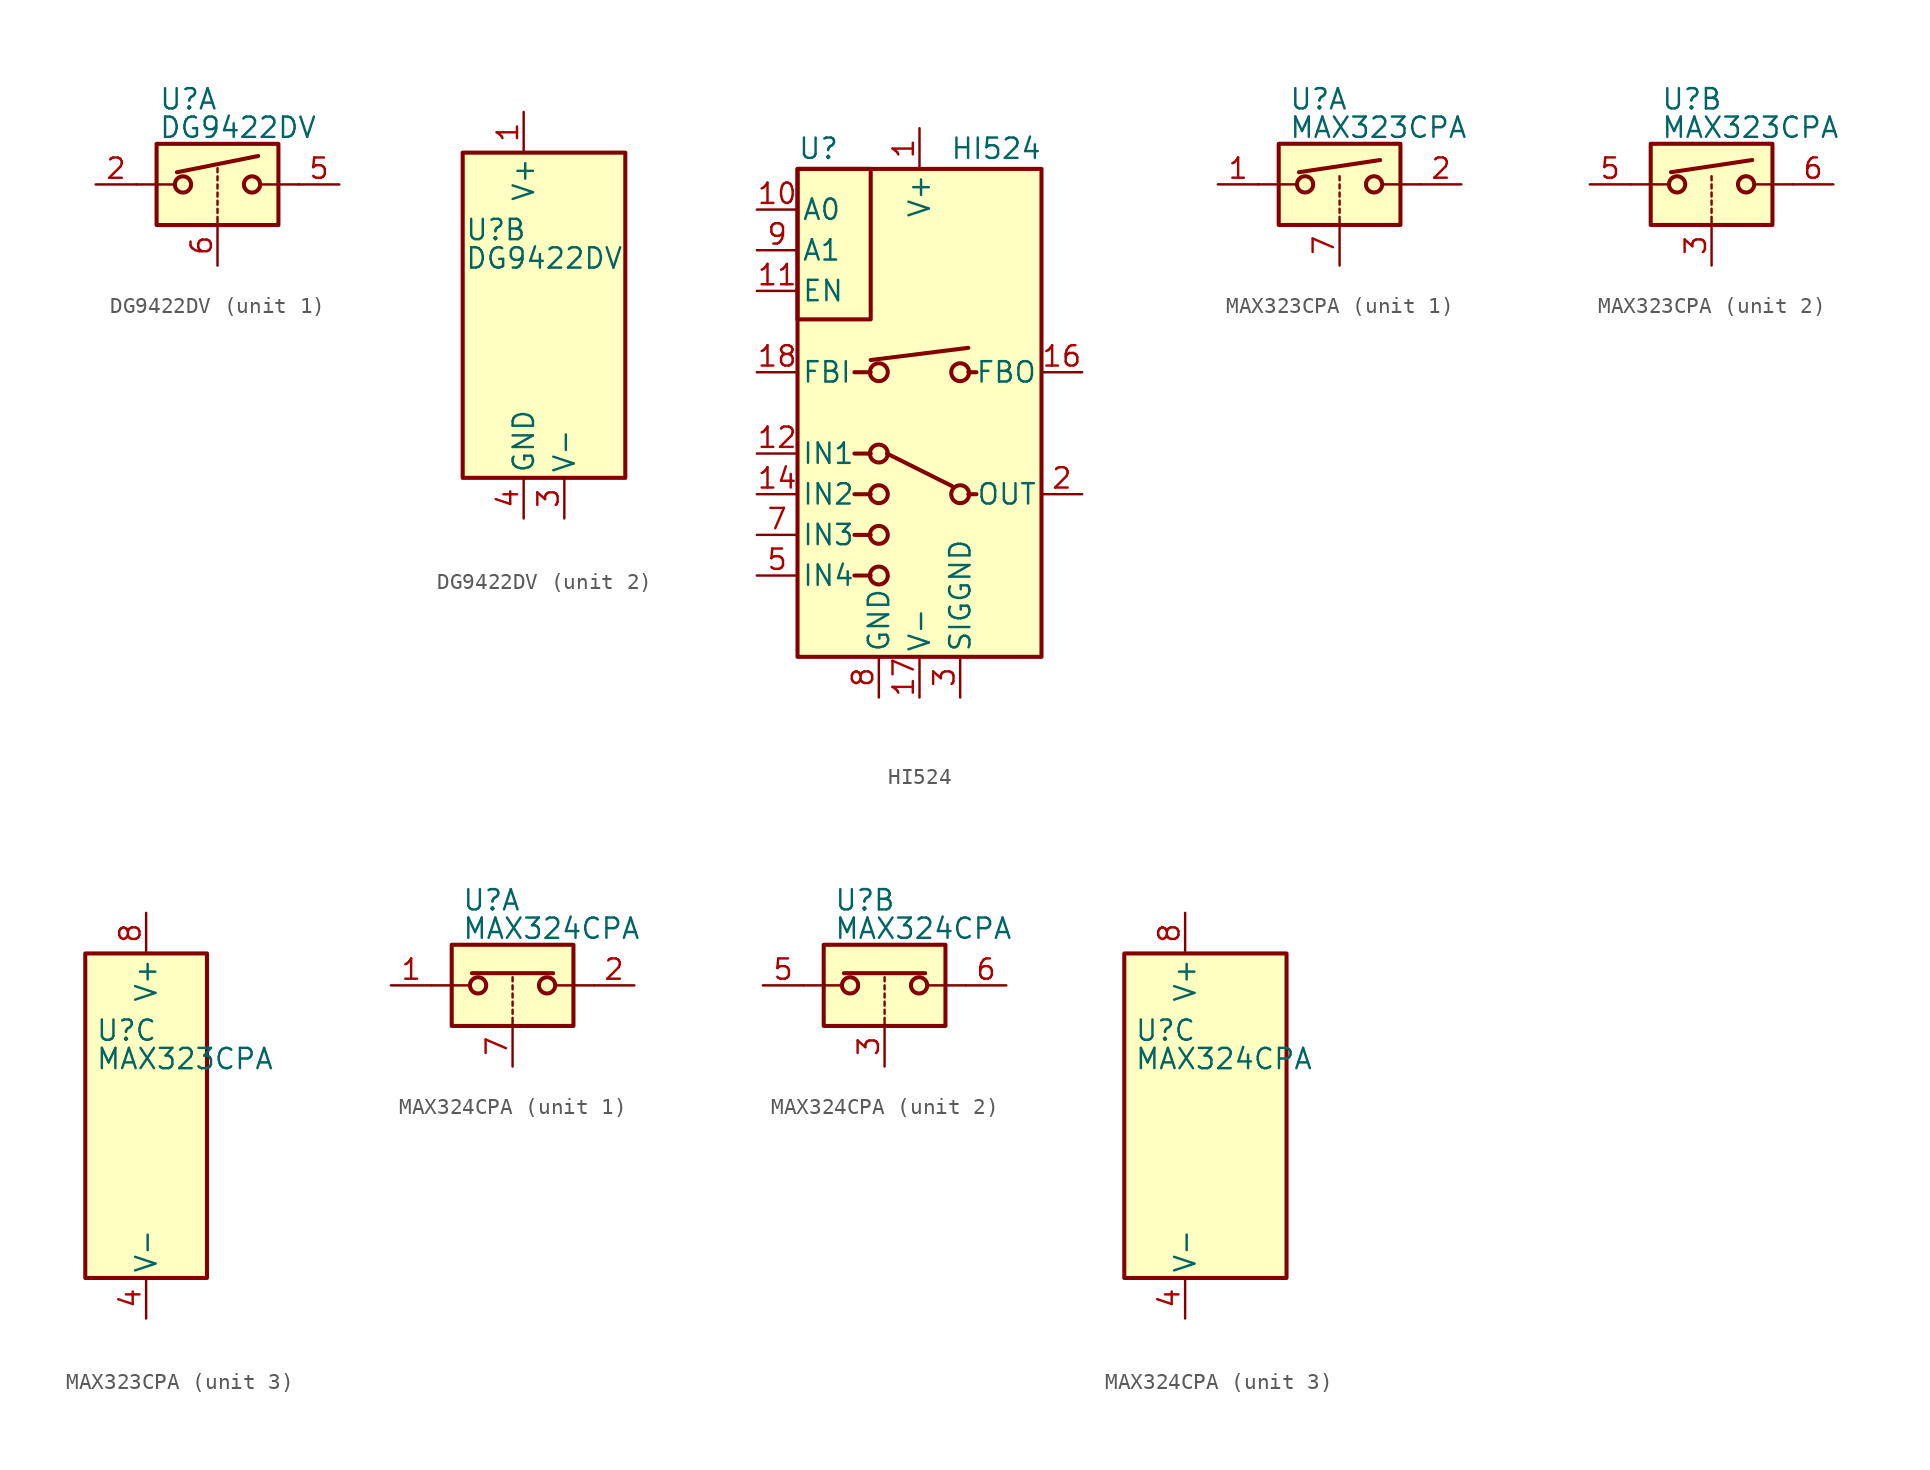
<source format=kicad_sym>
(kicad_symbol_lib
  (version 20201005)
  (generator kicad_symbol_editor)
  (symbol "DG9422DV"
    (pin_names
      (offset 0.254))
    (property "Reference" "U"
      (at -3.683 5.334 0)
      (effects (font (size 1.27 1.27)) (justify left)))
    (property "Value" "DG9422DV"
      (at -3.683 3.556 0)
      (effects (font (size 1.27 1.27)) (justify left)))
    (symbol "DG9422DV_1_1"
      (circle (center -2.159 0) (radius 0.508) (stroke (width 0.254)) (fill (type none)))
      (circle (center 2.159 0) (radius 0.508) (stroke (width 0.254)) (fill (type none)))
      (rectangle (start -3.81 2.54) (end 3.81 -2.54) (stroke (width 0.254)) (fill (type background)))
      (polyline (pts (xy -5.08 0) (xy -2.794 0)) (stroke (width 0)) (fill (type none)))
      (polyline (pts (xy -2.54 0.762) (xy 2.54 1.778)) (stroke (width 0.254)) (fill (type none)))
      (polyline (pts (xy 0 -2.54) (xy 0 -2.032)) (stroke (width 0)) (fill (type none)))
      (polyline (pts (xy 0 -1.778) (xy 0 -1.524)) (stroke (width 0)) (fill (type none)))
      (polyline (pts (xy 0 -1.27) (xy 0 -1.016)) (stroke (width 0)) (fill (type none)))
      (polyline (pts (xy 0 -0.762) (xy 0 -0.508)) (stroke (width 0)) (fill (type none)))
      (polyline (pts (xy 0 -0.254) (xy 0 0)) (stroke (width 0)) (fill (type none)))
      (polyline (pts (xy 0 0.254) (xy 0 0.508)) (stroke (width 0)) (fill (type none)))
      (polyline (pts (xy 0 0.762) (xy 0 1.016)) (stroke (width 0)) (fill (type none)))
      (polyline (pts (xy 5.08 0) (xy 2.794 0)) (stroke (width 0)) (fill (type none)))
      (pin passive line (at -7.62 0 0) (length 2.54) (name "~" (effects (font (size 1.27 1.27)))) (number "2" (effects (font (size 1.27 1.27)))))
      (pin passive line (at 7.62 0 180) (length 2.54) (name "~" (effects (font (size 1.27 1.27)))) (number "5" (effects (font (size 1.27 1.27)))))
      (pin input line (at 0 -5.08 90) (length 2.54) (name "~" (effects (font (size 1.27 1.27)))) (number "6" (effects (font (size 1.27 1.27))))))
    (symbol "DG9422DV_2_0"
      (pin power_in line (at 0 12.7 270) (length 2.54) (name "V+" (effects (font (size 1.27 1.27)))) (number "1" (effects (font (size 1.27 1.27)))))
      (pin power_in line (at 2.54 -12.7 90) (length 2.54) (name "V-" (effects (font (size 1.27 1.27)))) (number "3" (effects (font (size 1.27 1.27)))))
      (pin power_in line (at 0 -12.7 90) (length 2.54) (name "GND" (effects (font (size 1.27 1.27)))) (number "4" (effects (font (size 1.27 1.27))))))
    (symbol "DG9422DV_2_1"
      (rectangle (start -3.81 10.16) (end 6.35 -10.16) (stroke (width 0.254)) (fill (type background)))))
  (symbol "HI524"
    (pin_names
      (offset 0.254))
    (property "Reference" "U"
      (at -7.62 16.51 0)
      (effects (font (size 1.27 1.27)) (justify left)))
    (property "Value" "HI524"
      (at 1.905 16.51 0)
      (effects (font (size 1.27 1.27)) (justify left)))
    (symbol "HI524_0_1"
      (circle (center -2.54 -10.16) (radius 0.559) (stroke (width 0.254)) (fill (type none)))
      (circle (center -2.54 -7.62) (radius 0.559) (stroke (width 0.254)) (fill (type none)))
      (circle (center -2.54 -5.08) (radius 0.559) (stroke (width 0.254)) (fill (type none)))
      (circle (center -2.54 -2.54) (radius 0.559) (stroke (width 0.254)) (fill (type none)))
      (circle (center -2.54 2.54) (radius 0.559) (stroke (width 0.254)) (fill (type none)))
      (circle (center 2.54 -5.08) (radius 0.559) (stroke (width 0.254)) (fill (type none)))
      (circle (center 2.54 2.54) (radius 0.559) (stroke (width 0.254)) (fill (type none)))
      (rectangle (start -7.62 -15.24) (end 7.62 15.24) (stroke (width 0.254)) (fill (type background)))
      (rectangle (start -7.62 5.842) (end -3.048 15.24) (stroke (width 0.254)) (fill (type none)))
      (polyline (pts (xy -4.064 -10.16) (xy -3.048 -10.16)) (stroke (width 0.254)) (fill (type none)))
      (polyline (pts (xy -4.064 -5.08) (xy -3.048 -5.08)) (stroke (width 0.254)) (fill (type none)))
      (polyline (pts (xy -3.048 -7.62) (xy -4.064 -7.62)) (stroke (width 0.254)) (fill (type none)))
      (polyline (pts (xy -3.048 -2.54) (xy -4.064 -2.54)) (stroke (width 0.254)) (fill (type none)))
      (polyline (pts (xy -3.048 2.54) (xy -4.064 2.54)) (stroke (width 0.254)) (fill (type none)))
      (polyline (pts (xy -3.048 3.302) (xy 3.048 4.064)) (stroke (width 0.254)) (fill (type none)))
      (polyline (pts (xy 2.032 -4.572) (xy -2.032 -2.54)) (stroke (width 0.254)) (fill (type none)))
      (polyline (pts (xy 3.048 -5.08) (xy 3.556 -5.08)) (stroke (width 0.254)) (fill (type none)))
      (polyline (pts (xy 3.048 2.54) (xy 3.556 2.54)) (stroke (width 0.254)) (fill (type none))))
    (symbol "HI524_1_1"
      (pin power_in line (at 0 17.78 270) (length 2.54) (name "V+" (effects (font (size 1.27 1.27)))) (number "1" (effects (font (size 1.27 1.27)))))
      (pin input line (at -10.16 12.7 0) (length 2.54) (name "A0" (effects (font (size 1.27 1.27)))) (number "10" (effects (font (size 1.27 1.27)))))
      (pin input line (at -10.16 7.62 0) (length 2.54) (name "EN" (effects (font (size 1.27 1.27)))) (number "11" (effects (font (size 1.27 1.27)))))
      (pin input line (at -10.16 -2.54 0) (length 2.54) (name "IN1" (effects (font (size 1.27 1.27)))) (number "12" (effects (font (size 1.27 1.27)))))
      (pin passive line (at 2.54 -17.78 90) (length 2.54) hide (name "SIGGND" (effects (font (size 1.27 1.27)))) (number "13" (effects (font (size 1.27 1.27)))))
      (pin input line (at -10.16 -5.08 0) (length 2.54) (name "IN2" (effects (font (size 1.27 1.27)))) (number "14" (effects (font (size 1.27 1.27)))))
      (pin passive line (at 2.54 -17.78 90) (length 2.54) hide (name "SIGGND" (effects (font (size 1.27 1.27)))) (number "15" (effects (font (size 1.27 1.27)))))
      (pin output line (at 10.16 2.54 180) (length 2.54) (name "FBO" (effects (font (size 1.27 1.27)))) (number "16" (effects (font (size 1.27 1.27)))))
      (pin power_in line (at 0 -17.78 90) (length 2.54) (name "V-" (effects (font (size 1.27 1.27)))) (number "17" (effects (font (size 1.27 1.27)))))
      (pin input line (at -10.16 2.54 0) (length 2.54) (name "FBI" (effects (font (size 1.27 1.27)))) (number "18" (effects (font (size 1.27 1.27)))))
      (pin output line (at 10.16 -5.08 180) (length 2.54) (name "OUT" (effects (font (size 1.27 1.27)))) (number "2" (effects (font (size 1.27 1.27)))))
      (pin power_in line (at 2.54 -17.78 90) (length 2.54) (name "SIGGND" (effects (font (size 1.27 1.27)))) (number "3" (effects (font (size 1.27 1.27)))))
      (pin passive line (at 2.54 -17.78 90) (length 2.54) hide (name "SIGGND" (effects (font (size 1.27 1.27)))) (number "4" (effects (font (size 1.27 1.27)))))
      (pin input line (at -10.16 -10.16 0) (length 2.54) (name "IN4" (effects (font (size 1.27 1.27)))) (number "5" (effects (font (size 1.27 1.27)))))
      (pin passive line (at 2.54 -17.78 90) (length 2.54) hide (name "SIGGND" (effects (font (size 1.27 1.27)))) (number "6" (effects (font (size 1.27 1.27)))))
      (pin input line (at -10.16 -7.62 0) (length 2.54) (name "IN3" (effects (font (size 1.27 1.27)))) (number "7" (effects (font (size 1.27 1.27)))))
      (pin power_in line (at -2.54 -17.78 90) (length 2.54) (name "GND" (effects (font (size 1.27 1.27)))) (number "8" (effects (font (size 1.27 1.27)))))
      (pin input line (at -10.16 10.16 0) (length 2.54) (name "A1" (effects (font (size 1.27 1.27)))) (number "9" (effects (font (size 1.27 1.27)))))))
  (symbol "MAX323CPA"
    (pin_names
      (offset 0.254))
    (property "Reference" "U"
      (at -3.175 5.334 0)
      (effects (font (size 1.27 1.27)) (justify left)))
    (property "Value" "MAX323CPA"
      (at -3.175 3.556 0)
      (effects (font (size 1.27 1.27)) (justify left)))
    (symbol "MAX323CPA_1_1"
      (circle (center -2.159 0) (radius 0.508) (stroke (width 0.254)) (fill (type none)))
      (circle (center 2.159 0) (radius 0.508) (stroke (width 0.254)) (fill (type none)))
      (rectangle (start -3.81 2.54) (end 3.81 -2.54) (stroke (width 0.254)) (fill (type background)))
      (polyline (pts (xy -5.08 0) (xy -2.794 0)) (stroke (width 0)) (fill (type none)))
      (polyline (pts (xy -2.54 0.762) (xy 2.54 1.524)) (stroke (width 0.254)) (fill (type none)))
      (polyline (pts (xy 0 -2.54) (xy 0 -2.032)) (stroke (width 0)) (fill (type none)))
      (polyline (pts (xy 0 -1.778) (xy 0 -1.524)) (stroke (width 0)) (fill (type none)))
      (polyline (pts (xy 0 -1.27) (xy 0 -1.016)) (stroke (width 0)) (fill (type none)))
      (polyline (pts (xy 0 -0.762) (xy 0 -0.508)) (stroke (width 0)) (fill (type none)))
      (polyline (pts (xy 0 -0.254) (xy 0 0)) (stroke (width 0)) (fill (type none)))
      (polyline (pts (xy 0 0.254) (xy 0 0.508)) (stroke (width 0)) (fill (type none)))
      (polyline (pts (xy 5.08 0) (xy 2.794 0)) (stroke (width 0)) (fill (type none)))
      (pin passive line (at -7.62 0 0) (length 2.54) (name "~" (effects (font (size 1.27 1.27)))) (number "1" (effects (font (size 1.27 1.27)))))
      (pin passive line (at 7.62 0 180) (length 2.54) (name "~" (effects (font (size 1.27 1.27)))) (number "2" (effects (font (size 1.27 1.27)))))
      (pin input line (at 0 -5.08 90) (length 2.54) (name "~" (effects (font (size 1.27 1.27)))) (number "7" (effects (font (size 1.27 1.27))))))
    (symbol "MAX323CPA_2_1"
      (circle (center -2.159 0) (radius 0.508) (stroke (width 0.254)) (fill (type none)))
      (circle (center 2.159 0) (radius 0.508) (stroke (width 0.254)) (fill (type none)))
      (rectangle (start -3.81 2.54) (end 3.81 -2.54) (stroke (width 0.254)) (fill (type background)))
      (polyline (pts (xy -5.08 0) (xy -2.794 0)) (stroke (width 0)) (fill (type none)))
      (polyline (pts (xy -2.54 0.762) (xy 2.54 1.524)) (stroke (width 0.254)) (fill (type none)))
      (polyline (pts (xy 0 -2.54) (xy 0 -2.032)) (stroke (width 0)) (fill (type none)))
      (polyline (pts (xy 0 -1.778) (xy 0 -1.524)) (stroke (width 0)) (fill (type none)))
      (polyline (pts (xy 0 -1.27) (xy 0 -1.016)) (stroke (width 0)) (fill (type none)))
      (polyline (pts (xy 0 -0.762) (xy 0 -0.508)) (stroke (width 0)) (fill (type none)))
      (polyline (pts (xy 0 -0.254) (xy 0 0)) (stroke (width 0)) (fill (type none)))
      (polyline (pts (xy 0 0.254) (xy 0 0.508)) (stroke (width 0)) (fill (type none)))
      (polyline (pts (xy 5.08 0) (xy 2.794 0)) (stroke (width 0)) (fill (type none)))
      (pin input line (at 0 -5.08 90) (length 2.54) (name "~" (effects (font (size 1.27 1.27)))) (number "3" (effects (font (size 1.27 1.27)))))
      (pin passive line (at -7.62 0 0) (length 2.54) (name "~" (effects (font (size 1.27 1.27)))) (number "5" (effects (font (size 1.27 1.27)))))
      (pin passive line (at 7.62 0 180) (length 2.54) (name "~" (effects (font (size 1.27 1.27)))) (number "6" (effects (font (size 1.27 1.27))))))
    (symbol "MAX323CPA_3_0"
      (pin power_in line (at 0 -12.7 90) (length 2.54) (name "V-" (effects (font (size 1.27 1.27)))) (number "4" (effects (font (size 1.27 1.27)))))
      (pin power_in line (at 0 12.7 270) (length 2.54) (name "V+" (effects (font (size 1.27 1.27)))) (number "8" (effects (font (size 1.27 1.27))))))
    (symbol "MAX323CPA_3_1"
      (rectangle (start -3.81 10.16) (end 3.81 -10.16) (stroke (width 0.254)) (fill (type background)))))
  (symbol "MAX324CPA"
    (pin_names
      (offset 0.254))
    (property "Reference" "U"
      (at -3.175 5.334 0)
      (effects (font (size 1.27 1.27)) (justify left)))
    (property "Value" "MAX324CPA"
      (at -3.175 3.556 0)
      (effects (font (size 1.27 1.27)) (justify left)))
    (symbol "MAX324CPA_1_1"
      (circle (center -2.159 0) (radius 0.508) (stroke (width 0.254)) (fill (type none)))
      (circle (center 2.159 0) (radius 0.508) (stroke (width 0.254)) (fill (type none)))
      (rectangle (start -3.81 2.54) (end 3.81 -2.54) (stroke (width 0.254)) (fill (type background)))
      (polyline (pts (xy -5.08 0) (xy -2.794 0)) (stroke (width 0)) (fill (type none)))
      (polyline (pts (xy -2.54 0.762) (xy 2.54 0.762)) (stroke (width 0.254)) (fill (type none)))
      (polyline (pts (xy 0 -2.54) (xy 0 -2.032)) (stroke (width 0)) (fill (type none)))
      (polyline (pts (xy 0 -1.778) (xy 0 -1.524)) (stroke (width 0)) (fill (type none)))
      (polyline (pts (xy 0 -1.27) (xy 0 -1.016)) (stroke (width 0)) (fill (type none)))
      (polyline (pts (xy 0 -0.762) (xy 0 -0.508)) (stroke (width 0)) (fill (type none)))
      (polyline (pts (xy 0 -0.254) (xy 0 0)) (stroke (width 0)) (fill (type none)))
      (polyline (pts (xy 0 0.254) (xy 0 0.508)) (stroke (width 0)) (fill (type none)))
      (polyline (pts (xy 5.08 0) (xy 2.794 0)) (stroke (width 0)) (fill (type none)))
      (pin passive line (at -7.62 0 0) (length 2.54) (name "~" (effects (font (size 1.27 1.27)))) (number "1" (effects (font (size 1.27 1.27)))))
      (pin passive line (at 7.62 0 180) (length 2.54) (name "~" (effects (font (size 1.27 1.27)))) (number "2" (effects (font (size 1.27 1.27)))))
      (pin input line (at 0 -5.08 90) (length 2.54) (name "~" (effects (font (size 1.27 1.27)))) (number "7" (effects (font (size 1.27 1.27))))))
    (symbol "MAX324CPA_2_1"
      (circle (center -2.159 0) (radius 0.508) (stroke (width 0.254)) (fill (type none)))
      (circle (center 2.159 0) (radius 0.508) (stroke (width 0.254)) (fill (type none)))
      (rectangle (start -3.81 2.54) (end 3.81 -2.54) (stroke (width 0.254)) (fill (type background)))
      (polyline (pts (xy -5.08 0) (xy -2.794 0)) (stroke (width 0)) (fill (type none)))
      (polyline (pts (xy -2.54 0.762) (xy 2.54 0.762)) (stroke (width 0.254)) (fill (type none)))
      (polyline (pts (xy 0 -2.54) (xy 0 -2.032)) (stroke (width 0)) (fill (type none)))
      (polyline (pts (xy 0 -1.778) (xy 0 -1.524)) (stroke (width 0)) (fill (type none)))
      (polyline (pts (xy 0 -1.27) (xy 0 -1.016)) (stroke (width 0)) (fill (type none)))
      (polyline (pts (xy 0 -0.762) (xy 0 -0.508)) (stroke (width 0)) (fill (type none)))
      (polyline (pts (xy 0 -0.254) (xy 0 0)) (stroke (width 0)) (fill (type none)))
      (polyline (pts (xy 0 0.254) (xy 0 0.508)) (stroke (width 0)) (fill (type none)))
      (polyline (pts (xy 5.08 0) (xy 2.794 0)) (stroke (width 0)) (fill (type none)))
      (pin input line (at 0 -5.08 90) (length 2.54) (name "~" (effects (font (size 1.27 1.27)))) (number "3" (effects (font (size 1.27 1.27)))))
      (pin passive line (at -7.62 0 0) (length 2.54) (name "~" (effects (font (size 1.27 1.27)))) (number "5" (effects (font (size 1.27 1.27)))))
      (pin passive line (at 7.62 0 180) (length 2.54) (name "~" (effects (font (size 1.27 1.27)))) (number "6" (effects (font (size 1.27 1.27))))))
    (symbol "MAX324CPA_3_0"
      (pin power_in line (at 0 -12.7 90) (length 2.54) (name "V-" (effects (font (size 1.27 1.27)))) (number "4" (effects (font (size 1.27 1.27)))))
      (pin power_in line (at 0 12.7 270) (length 2.54) (name "V+" (effects (font (size 1.27 1.27)))) (number "8" (effects (font (size 1.27 1.27))))))
    (symbol "MAX324CPA_3_1"
      (rectangle (start -3.81 10.16) (end 6.35 -10.16) (stroke (width 0.254)) (fill (type background))))))
</source>
